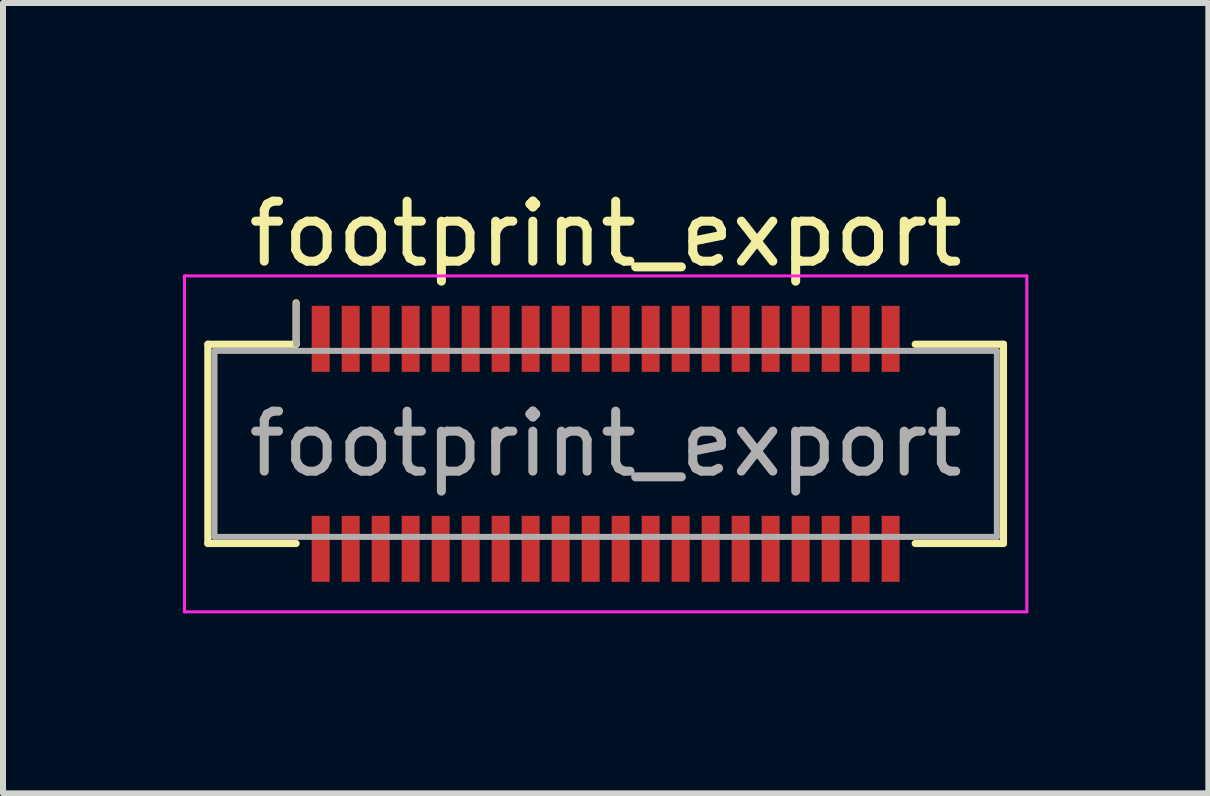
<source format=kicad_pcb>
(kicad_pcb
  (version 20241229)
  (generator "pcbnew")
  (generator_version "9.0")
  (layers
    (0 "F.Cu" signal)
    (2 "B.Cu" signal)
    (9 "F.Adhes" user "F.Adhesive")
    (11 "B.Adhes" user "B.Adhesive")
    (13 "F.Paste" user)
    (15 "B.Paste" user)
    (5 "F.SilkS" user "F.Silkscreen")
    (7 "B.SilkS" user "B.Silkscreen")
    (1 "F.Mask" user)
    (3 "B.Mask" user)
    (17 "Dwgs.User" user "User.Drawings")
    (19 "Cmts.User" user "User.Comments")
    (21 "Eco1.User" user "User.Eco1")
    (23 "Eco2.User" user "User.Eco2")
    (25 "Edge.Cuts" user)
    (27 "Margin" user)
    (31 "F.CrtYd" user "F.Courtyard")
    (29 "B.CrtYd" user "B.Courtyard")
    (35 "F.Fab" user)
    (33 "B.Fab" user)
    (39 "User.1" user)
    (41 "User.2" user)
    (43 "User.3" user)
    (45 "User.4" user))
  (footprint "footprint_export"
    (layer "F.Cu")
    (at 7.045 4.348)
    (property "Reference" "footprint_export" (at 0 -3.5 0) (layer "F.SilkS") (effects (font (size 1 1) (thickness 0.15))))
    (attr smd)
    (fp_line (start -6.63 -1.66) (end -5.16 -1.66) (stroke (width 0.12) (type solid)) (layer "F.SilkS"))
    (fp_line (start -6.63 1.66) (end -6.63 -1.66) (stroke (width 0.12) (type solid)) (layer "F.SilkS"))
    (fp_line (start -5.16 -1.66) (end -5.16 -2.35) (stroke (width 0.12) (type solid)) (layer "F.SilkS"))
    (fp_line (start -5.16 1.66) (end -6.63 1.66) (stroke (width 0.12) (type solid)) (layer "F.SilkS"))
    (fp_line (start 5.16 1.66) (end 6.63 1.66) (stroke (width 0.12) (type solid)) (layer "F.SilkS"))
    (fp_line (start 6.63 -1.66) (end 5.16 -1.66) (stroke (width 0.12) (type solid)) (layer "F.SilkS"))
    (fp_line (start 6.63 1.66) (end 6.63 -1.66) (stroke (width 0.12) (type solid)) (layer "F.SilkS"))
    (fp_line (start -7.02 -2.8) (end -7.02 2.8) (stroke (width 0.05) (type solid)) (layer "F.CrtYd"))
    (fp_line (start -7.02 2.8) (end 7.02 2.8) (stroke (width 0.05) (type solid)) (layer "F.CrtYd"))
    (fp_line (start 7.02 -2.8) (end -7.02 -2.8) (stroke (width 0.05) (type solid)) (layer "F.CrtYd"))
    (fp_line (start 7.02 2.8) (end 7.02 -2.8) (stroke (width 0.05) (type solid)) (layer "F.CrtYd"))
    (fp_line (start -6.52 -1.55) (end -6.52 1.55) (stroke (width 0.1) (type solid)) (layer "F.Fab"))
    (fp_line (start -6.52 1.55) (end 6.52 1.55) (stroke (width 0.1) (type solid)) (layer "F.Fab"))
    (fp_line (start -5.16 -1.66) (end -5.16 -2.35) (stroke (width 0.1) (type solid)) (layer "F.Fab"))
    (fp_line (start 6.52 -1.55) (end -6.52 -1.55) (stroke (width 0.1) (type solid)) (layer "F.Fab"))
    (fp_line (start 6.52 1.55) (end 6.52 -1.55) (stroke (width 0.1) (type solid)) (layer "F.Fab"))
    (fp_text user "${REFERENCE}" (at 0 0 0) (layer "F.Fab") (effects (font (size 1 1) (thickness 0.15))))
    (pad "1" smd rect (at -4.75 -1.75) (size 0.3 1.1) (layers "F.Cu" "F.Mask" "F.Paste"))
    (pad "2" smd rect (at -4.75 1.75) (size 0.3 1.1) (layers "F.Cu" "F.Mask" "F.Paste"))
    (pad "3" smd rect (at -4.25 -1.75) (size 0.3 1.1) (layers "F.Cu" "F.Mask" "F.Paste"))
    (pad "4" smd rect (at -4.25 1.75) (size 0.3 1.1) (layers "F.Cu" "F.Mask" "F.Paste"))
    (pad "5" smd rect (at -3.75 -1.75) (size 0.3 1.1) (layers "F.Cu" "F.Mask" "F.Paste"))
    (pad "6" smd rect (at -3.75 1.75) (size 0.3 1.1) (layers "F.Cu" "F.Mask" "F.Paste"))
    (pad "7" smd rect (at -3.25 -1.75) (size 0.3 1.1) (layers "F.Cu" "F.Mask" "F.Paste"))
    (pad "8" smd rect (at -3.25 1.75) (size 0.3 1.1) (layers "F.Cu" "F.Mask" "F.Paste"))
    (pad "9" smd rect (at -2.75 -1.75) (size 0.3 1.1) (layers "F.Cu" "F.Mask" "F.Paste"))
    (pad "10" smd rect (at -2.75 1.75) (size 0.3 1.1) (layers "F.Cu" "F.Mask" "F.Paste"))
    (pad "11" smd rect (at -2.25 -1.75) (size 0.3 1.1) (layers "F.Cu" "F.Mask" "F.Paste"))
    (pad "12" smd rect (at -2.25 1.75) (size 0.3 1.1) (layers "F.Cu" "F.Mask" "F.Paste"))
    (pad "13" smd rect (at -1.75 -1.75) (size 0.3 1.1) (layers "F.Cu" "F.Mask" "F.Paste"))
    (pad "14" smd rect (at -1.75 1.75) (size 0.3 1.1) (layers "F.Cu" "F.Mask" "F.Paste"))
    (pad "15" smd rect (at -1.25 -1.75) (size 0.3 1.1) (layers "F.Cu" "F.Mask" "F.Paste"))
    (pad "16" smd rect (at -1.25 1.75) (size 0.3 1.1) (layers "F.Cu" "F.Mask" "F.Paste"))
    (pad "17" smd rect (at -0.75 -1.75) (size 0.3 1.1) (layers "F.Cu" "F.Mask" "F.Paste"))
    (pad "18" smd rect (at -0.75 1.75) (size 0.3 1.1) (layers "F.Cu" "F.Mask" "F.Paste"))
    (pad "19" smd rect (at -0.25 -1.75) (size 0.3 1.1) (layers "F.Cu" "F.Mask" "F.Paste"))
    (pad "20" smd rect (at -0.25 1.75) (size 0.3 1.1) (layers "F.Cu" "F.Mask" "F.Paste"))
    (pad "21" smd rect (at 0.25 -1.75) (size 0.3 1.1) (layers "F.Cu" "F.Mask" "F.Paste"))
    (pad "22" smd rect (at 0.25 1.75) (size 0.3 1.1) (layers "F.Cu" "F.Mask" "F.Paste"))
    (pad "23" smd rect (at 0.75 -1.75) (size 0.3 1.1) (layers "F.Cu" "F.Mask" "F.Paste"))
    (pad "24" smd rect (at 0.75 1.75) (size 0.3 1.1) (layers "F.Cu" "F.Mask" "F.Paste"))
    (pad "25" smd rect (at 1.25 -1.75) (size 0.3 1.1) (layers "F.Cu" "F.Mask" "F.Paste"))
    (pad "26" smd rect (at 1.25 1.75) (size 0.3 1.1) (layers "F.Cu" "F.Mask" "F.Paste"))
    (pad "27" smd rect (at 1.75 -1.75) (size 0.3 1.1) (layers "F.Cu" "F.Mask" "F.Paste"))
    (pad "28" smd rect (at 1.75 1.75) (size 0.3 1.1) (layers "F.Cu" "F.Mask" "F.Paste"))
    (pad "29" smd rect (at 2.25 -1.75) (size 0.3 1.1) (layers "F.Cu" "F.Mask" "F.Paste"))
    (pad "30" smd rect (at 2.25 1.75) (size 0.3 1.1) (layers "F.Cu" "F.Mask" "F.Paste"))
    (pad "31" smd rect (at 2.75 -1.75) (size 0.3 1.1) (layers "F.Cu" "F.Mask" "F.Paste"))
    (pad "32" smd rect (at 2.75 1.75) (size 0.3 1.1) (layers "F.Cu" "F.Mask" "F.Paste"))
    (pad "33" smd rect (at 3.25 -1.75) (size 0.3 1.1) (layers "F.Cu" "F.Mask" "F.Paste"))
    (pad "34" smd rect (at 3.25 1.75) (size 0.3 1.1) (layers "F.Cu" "F.Mask" "F.Paste"))
    (pad "35" smd rect (at 3.75 -1.75) (size 0.3 1.1) (layers "F.Cu" "F.Mask" "F.Paste"))
    (pad "36" smd rect (at 3.75 1.75) (size 0.3 1.1) (layers "F.Cu" "F.Mask" "F.Paste"))
    (pad "37" smd rect (at 4.25 -1.75) (size 0.3 1.1) (layers "F.Cu" "F.Mask" "F.Paste"))
    (pad "38" smd rect (at 4.25 1.75) (size 0.3 1.1) (layers "F.Cu" "F.Mask" "F.Paste"))
    (pad "39" smd rect (at 4.75 -1.75) (size 0.3 1.1) (layers "F.Cu" "F.Mask" "F.Paste"))
    (pad "40" smd rect (at 4.75 1.75) (size 0.3 1.1) (layers "F.Cu" "F.Mask" "F.Paste")))
  (gr_rect
    (start -3 -3)
    (end 17.09 10.173)
    (stroke (width 0.1) (type default))
    (fill no)
    (layer "Edge.Cuts")))
</source>
